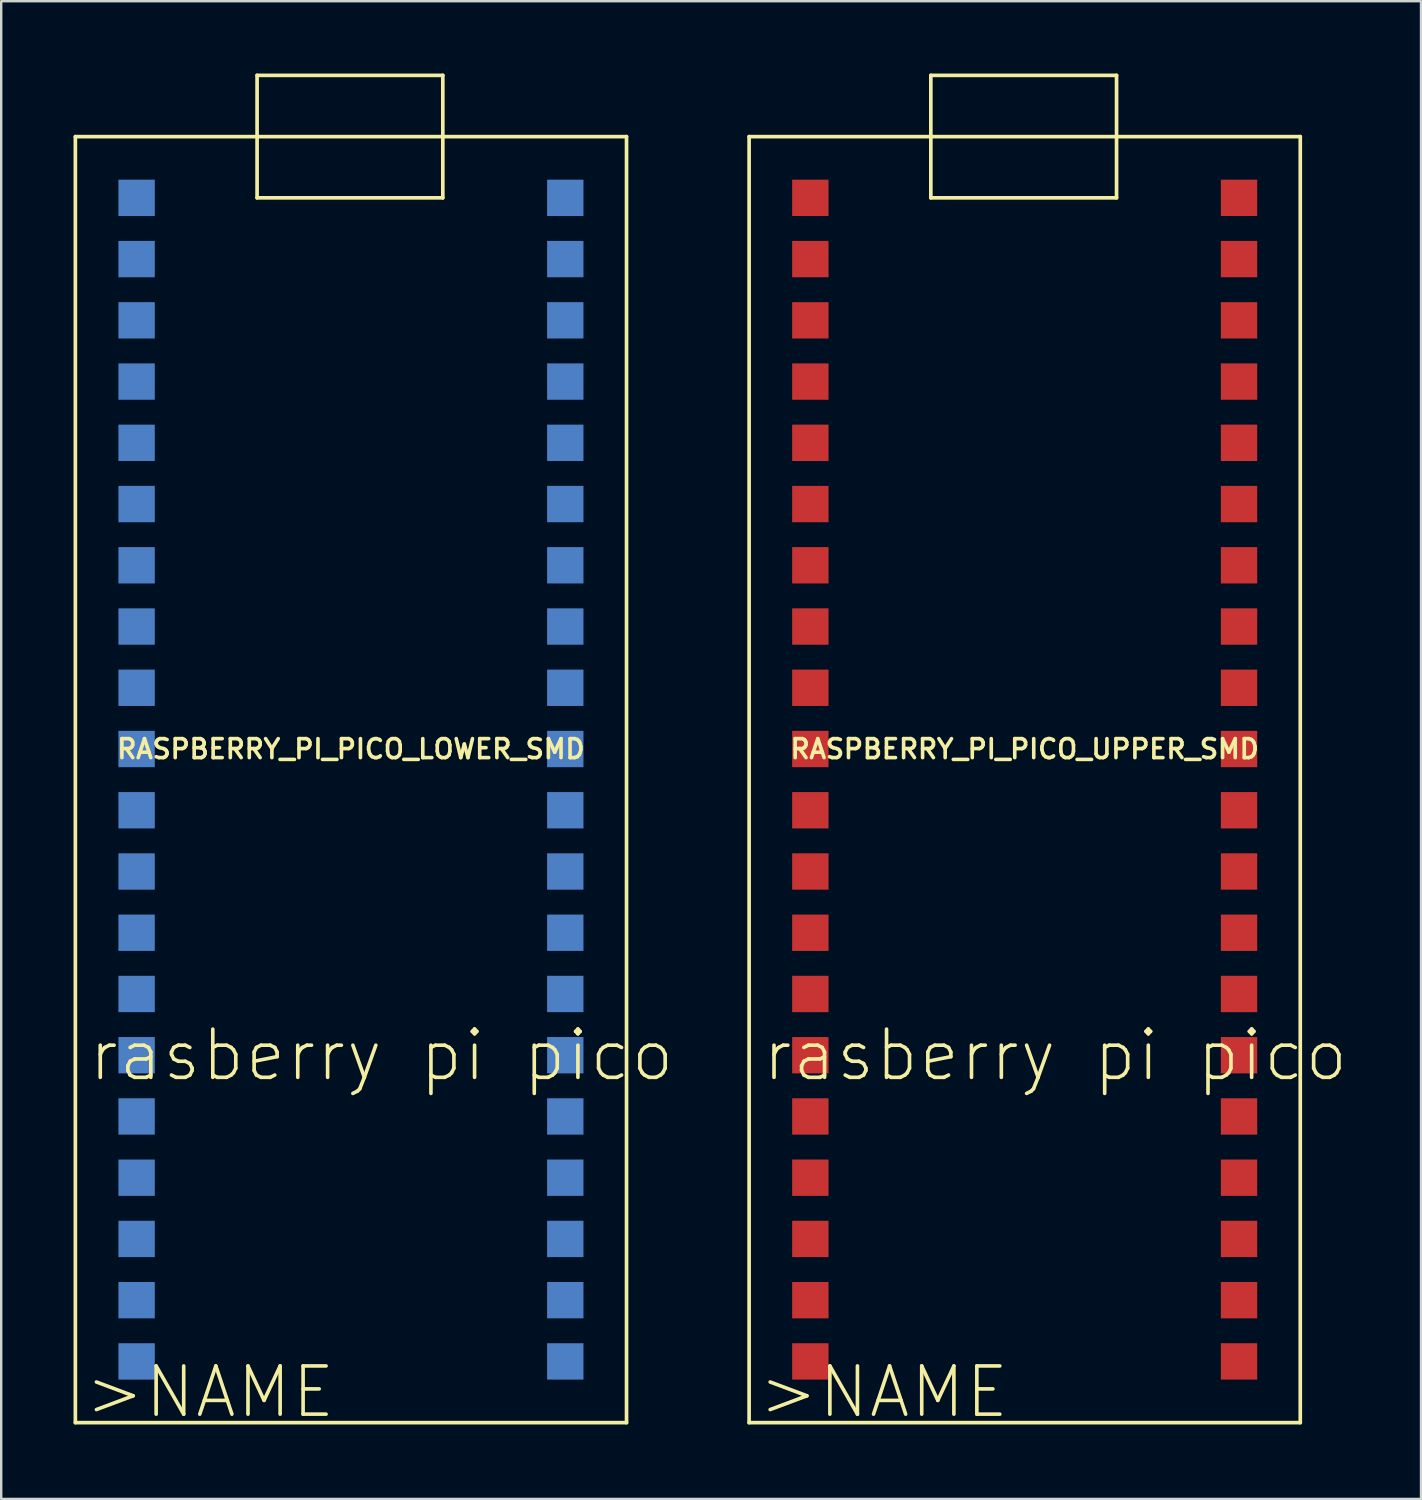
<source format=kicad_pcb>
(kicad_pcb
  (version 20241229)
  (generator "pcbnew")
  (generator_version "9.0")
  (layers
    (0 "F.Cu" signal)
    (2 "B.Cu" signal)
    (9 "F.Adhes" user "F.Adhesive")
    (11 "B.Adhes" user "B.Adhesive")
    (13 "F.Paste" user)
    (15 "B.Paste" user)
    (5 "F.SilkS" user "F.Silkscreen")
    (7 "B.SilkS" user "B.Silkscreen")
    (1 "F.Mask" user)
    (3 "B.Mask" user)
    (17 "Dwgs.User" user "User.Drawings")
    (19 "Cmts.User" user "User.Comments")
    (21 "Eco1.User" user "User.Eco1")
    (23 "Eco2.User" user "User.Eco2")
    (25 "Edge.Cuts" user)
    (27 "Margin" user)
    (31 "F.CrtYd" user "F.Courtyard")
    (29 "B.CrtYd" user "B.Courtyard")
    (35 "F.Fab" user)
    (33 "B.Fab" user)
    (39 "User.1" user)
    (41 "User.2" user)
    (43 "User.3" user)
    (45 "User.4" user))
  (footprint "RASPBERRY_PI_PICO_LOWER_SMD"
    (layer "F.Cu")
    (at 11.506 28.016)
    (property "Reference" "RASPBERRY_PI_PICO_LOWER_SMD" (at 0 0 0) (layer "F.SilkS") (effects (font (size 0.787 0.787) (thickness 0.15))))
    (attr through_hole)
    (fp_line (start -11.43 -25.4) (end -11.43 27.94) (stroke (width 0.152) (type solid)) (layer "F.SilkS"))
    (fp_line (start -11.43 27.94) (end 11.43 27.94) (stroke (width 0.152) (type solid)) (layer "F.SilkS"))
    (fp_line (start -3.893 -27.94) (end -3.893 -22.86) (stroke (width 0.152) (type solid)) (layer "F.SilkS"))
    (fp_line (start -3.893 -22.86) (end 3.81 -22.86) (stroke (width 0.152) (type solid)) (layer "F.SilkS"))
    (fp_line (start 3.81 -27.94) (end -3.893 -27.94) (stroke (width 0.152) (type solid)) (layer "F.SilkS"))
    (fp_line (start 3.81 -22.86) (end 3.81 -27.94) (stroke (width 0.152) (type solid)) (layer "F.SilkS"))
    (fp_line (start 11.43 -25.4) (end -11.43 -25.4) (stroke (width 0.152) (type solid)) (layer "F.SilkS"))
    (fp_line (start 11.43 27.94) (end 11.43 -25.4) (stroke (width 0.152) (type solid)) (layer "F.SilkS"))
    (fp_text user ">NAME " (at -5.08 26.67 0) (layer "F.SilkS") (effects (font (size 2 2) (thickness 0.15))))
    (fp_text user "rasberry pi pico" (at 1.27 12.7 0) (layer "F.SilkS") (effects (font (size 2 2) (thickness 0.15))))
    (pad "3V3" smd rect (at 8.89 -12.7) (size 1.508 1.508) (layers "B.Cu" "B.Mask" "B.Paste"))
    (pad "3V3_EN" smd rect (at 8.89 -15.24) (size 1.508 1.508) (layers "B.Cu" "B.Mask" "B.Paste"))
    (pad "ADC_VREF" smd rect (at 8.89 -10.16) (size 1.508 1.508) (layers "B.Cu" "B.Mask" "B.Paste"))
    (pad "AGND" smd rect (at 8.89 -5.08) (size 1.508 1.508) (layers "B.Cu" "B.Mask" "B.Paste"))
    (pad "GND" smd rect (at 8.89 -17.78) (size 1.508 1.508) (layers "B.Cu" "B.Mask" "B.Paste"))
    (pad "GND2" smd rect (at 8.89 7.62) (size 1.508 1.508) (layers "B.Cu" "B.Mask" "B.Paste"))
    (pad "GND3" smd rect (at 8.89 20.32) (size 1.508 1.508) (layers "B.Cu" "B.Mask" "B.Paste"))
    (pad "GND4" smd rect (at -8.89 -17.78) (size 1.508 1.508) (layers "B.Cu" "B.Mask" "B.Paste"))
    (pad "GND5" smd rect (at -8.89 -5.08) (size 1.508 1.508) (layers "B.Cu" "B.Mask" "B.Paste"))
    (pad "GND6" smd rect (at -8.89 7.62) (size 1.508 1.508) (layers "B.Cu" "B.Mask" "B.Paste"))
    (pad "GND7" smd rect (at -8.89 20.32) (size 1.508 1.508) (layers "B.Cu" "B.Mask" "B.Paste"))
    (pad "GP0" smd rect (at -8.89 -22.86) (size 1.508 1.508) (layers "B.Cu" "B.Mask" "B.Paste"))
    (pad "GP1" smd rect (at -8.89 -20.32) (size 1.508 1.508) (layers "B.Cu" "B.Mask" "B.Paste"))
    (pad "GP2" smd rect (at -8.89 -15.24) (size 1.508 1.508) (layers "B.Cu" "B.Mask" "B.Paste"))
    (pad "GP3" smd rect (at -8.89 -12.7) (size 1.508 1.508) (layers "B.Cu" "B.Mask" "B.Paste"))
    (pad "GP4" smd rect (at -8.89 -10.16) (size 1.508 1.508) (layers "B.Cu" "B.Mask"))
    (pad "GP5" smd rect (at -8.89 -7.62) (size 1.508 1.508) (layers "B.Cu" "B.Mask" "B.Paste"))
    (pad "GP6" smd rect (at -8.89 -2.54) (size 1.508 1.508) (layers "B.Cu" "B.Mask" "B.Paste"))
    (pad "GP7" smd rect (at -8.89 0) (size 1.508 1.508) (layers "B.Cu" "B.Mask" "B.Paste"))
    (pad "GP8" smd rect (at -8.89 2.54) (size 1.508 1.508) (layers "B.Cu" "B.Mask" "B.Paste"))
    (pad "GP9" smd rect (at -8.89 5.08) (size 1.508 1.508) (layers "B.Cu" "B.Mask" "B.Paste"))
    (pad "GP10" smd rect (at -8.89 10.16) (size 1.508 1.508) (layers "B.Cu" "B.Mask" "B.Paste"))
    (pad "GP11" smd rect (at -8.89 12.7) (size 1.508 1.508) (layers "B.Cu" "B.Mask" "B.Paste"))
    (pad "GP12" smd rect (at -8.89 15.24) (size 1.508 1.508) (layers "B.Cu" "B.Mask" "B.Paste"))
    (pad "GP13" smd rect (at -8.89 17.78) (size 1.508 1.508) (layers "B.Cu" "B.Mask" "B.Paste"))
    (pad "GP14" smd rect (at -8.89 22.86) (size 1.508 1.508) (layers "B.Cu" "B.Mask" "B.Paste"))
    (pad "GP15" smd rect (at -8.89 25.4) (size 1.508 1.508) (layers "B.Cu" "B.Mask" "B.Paste"))
    (pad "GP16" smd rect (at 8.89 25.4) (size 1.508 1.508) (layers "B.Cu" "B.Mask" "B.Paste"))
    (pad "GP17" smd rect (at 8.89 22.86) (size 1.508 1.508) (layers "B.Cu" "B.Mask" "B.Paste"))
    (pad "GP18" smd rect (at 8.89 17.78) (size 1.508 1.508) (layers "B.Cu" "B.Mask" "B.Paste"))
    (pad "GP19" smd rect (at 8.89 15.24) (size 1.508 1.508) (layers "B.Cu" "B.Mask" "B.Paste"))
    (pad "GP20" smd rect (at 8.89 12.7) (size 1.508 1.508) (layers "B.Cu" "B.Mask" "B.Paste"))
    (pad "GP21" smd rect (at 8.89 10.16) (size 1.508 1.508) (layers "B.Cu" "B.Mask" "B.Paste"))
    (pad "GP22" smd rect (at 8.89 5.08) (size 1.508 1.508) (layers "B.Cu" "B.Mask" "B.Paste"))
    (pad "GP26_A0" smd rect (at 8.89 0) (size 1.508 1.508) (layers "B.Cu" "B.Mask" "B.Paste"))
    (pad "GP27_A1" smd rect (at 8.89 -2.54) (size 1.508 1.508) (layers "B.Cu" "B.Mask" "B.Paste"))
    (pad "GP28_A2" smd rect (at 8.89 -7.62) (size 1.508 1.508) (layers "B.Cu" "B.Mask" "B.Paste"))
    (pad "RUN" smd rect (at 8.89 2.54) (size 1.508 1.508) (layers "B.Cu" "B.Mask" "B.Paste"))
    (pad "VBUS" smd rect (at 8.89 -22.86) (size 1.508 1.508) (layers "B.Cu" "B.Mask" "B.Paste"))
    (pad "VSYS" smd rect (at 8.89 -20.32) (size 1.508 1.508) (layers "B.Cu" "B.Mask" "B.Paste")))
  (footprint "RASPBERRY_PI_PICO_UPPER_SMD"
    (layer "F.Cu")
    (at 39.45 28.016)
    (property "Reference" "RASPBERRY_PI_PICO_UPPER_SMD" (at 0 0 0) (layer "F.SilkS") (effects (font (size 0.787 0.787) (thickness 0.15))))
    (attr through_hole)
    (fp_line (start -11.43 -25.4) (end -11.43 27.94) (stroke (width 0.152) (type solid)) (layer "F.SilkS"))
    (fp_line (start -11.43 27.94) (end 11.43 27.94) (stroke (width 0.152) (type solid)) (layer "F.SilkS"))
    (fp_line (start -3.893 -27.94) (end -3.893 -22.86) (stroke (width 0.152) (type solid)) (layer "F.SilkS"))
    (fp_line (start -3.893 -22.86) (end 3.81 -22.86) (stroke (width 0.152) (type solid)) (layer "F.SilkS"))
    (fp_line (start 3.81 -27.94) (end -3.893 -27.94) (stroke (width 0.152) (type solid)) (layer "F.SilkS"))
    (fp_line (start 3.81 -22.86) (end 3.81 -27.94) (stroke (width 0.152) (type solid)) (layer "F.SilkS"))
    (fp_line (start 11.43 -25.4) (end -11.43 -25.4) (stroke (width 0.152) (type solid)) (layer "F.SilkS"))
    (fp_line (start 11.43 27.94) (end 11.43 -25.4) (stroke (width 0.152) (type solid)) (layer "F.SilkS"))
    (fp_text user ">NAME " (at -5.08 26.67 0) (layer "F.SilkS") (effects (font (size 2 2) (thickness 0.15))))
    (fp_text user "rasberry pi pico" (at 1.27 12.7 0) (layer "F.SilkS") (effects (font (size 2 2) (thickness 0.15))))
    (pad "3V3" smd rect (at 8.89 -12.7) (size 1.508 1.508) (layers "F.Cu" "F.Mask" "F.Paste"))
    (pad "3V3_EN" smd rect (at 8.89 -15.24) (size 1.508 1.508) (layers "F.Cu" "F.Mask" "F.Paste"))
    (pad "ADC_VREF" smd rect (at 8.89 -10.16) (size 1.508 1.508) (layers "F.Cu" "F.Mask" "F.Paste"))
    (pad "AGND" smd rect (at 8.89 -5.08) (size 1.508 1.508) (layers "F.Cu" "F.Mask" "F.Paste"))
    (pad "GND" smd rect (at 8.89 -17.78) (size 1.508 1.508) (layers "F.Cu" "F.Mask" "F.Paste"))
    (pad "GND2" smd rect (at 8.89 7.62) (size 1.508 1.508) (layers "F.Cu" "F.Mask" "F.Paste"))
    (pad "GND3" smd rect (at 8.89 20.32) (size 1.508 1.508) (layers "F.Cu" "F.Mask" "F.Paste"))
    (pad "GND4" smd rect (at -8.89 -17.78) (size 1.508 1.508) (layers "F.Cu" "F.Mask" "F.Paste"))
    (pad "GND5" smd rect (at -8.89 -5.08) (size 1.508 1.508) (layers "F.Cu" "F.Mask" "F.Paste"))
    (pad "GND6" smd rect (at -8.89 7.62) (size 1.508 1.508) (layers "F.Cu" "F.Mask" "F.Paste"))
    (pad "GND7" smd rect (at -8.89 20.32) (size 1.508 1.508) (layers "F.Cu" "F.Mask" "F.Paste"))
    (pad "GP0" smd rect (at -8.89 -22.86) (size 1.508 1.508) (layers "F.Cu" "F.Mask" "F.Paste"))
    (pad "GP1" smd rect (at -8.89 -20.32) (size 1.508 1.508) (layers "F.Cu" "F.Mask" "F.Paste"))
    (pad "GP2" smd rect (at -8.89 -15.24) (size 1.508 1.508) (layers "F.Cu" "F.Mask" "F.Paste"))
    (pad "GP3" smd rect (at -8.89 -12.7) (size 1.508 1.508) (layers "F.Cu" "F.Mask" "F.Paste"))
    (pad "GP4" smd rect (at -8.89 -10.16) (size 1.508 1.508) (layers "F.Cu" "F.Mask" "F.Paste"))
    (pad "GP5" smd rect (at -8.89 -7.62) (size 1.508 1.508) (layers "F.Cu" "F.Mask" "F.Paste"))
    (pad "GP6" smd rect (at -8.89 -2.54) (size 1.508 1.508) (layers "F.Cu" "F.Mask" "F.Paste"))
    (pad "GP7" smd rect (at -8.89 0) (size 1.508 1.508) (layers "F.Cu" "F.Mask" "F.Paste"))
    (pad "GP8" smd rect (at -8.89 2.54) (size 1.508 1.508) (layers "F.Cu" "F.Mask" "F.Paste"))
    (pad "GP9" smd rect (at -8.89 5.08) (size 1.508 1.508) (layers "F.Cu" "F.Mask" "F.Paste"))
    (pad "GP10" smd rect (at -8.89 10.16) (size 1.508 1.508) (layers "F.Cu" "F.Mask" "F.Paste"))
    (pad "GP11" smd rect (at -8.89 12.7) (size 1.508 1.508) (layers "F.Cu" "F.Mask" "F.Paste"))
    (pad "GP12" smd rect (at -8.89 15.24) (size 1.508 1.508) (layers "F.Cu" "F.Mask" "F.Paste"))
    (pad "GP13" smd rect (at -8.89 17.78) (size 1.508 1.508) (layers "F.Cu" "F.Mask" "F.Paste"))
    (pad "GP14" smd rect (at -8.89 22.86) (size 1.508 1.508) (layers "F.Cu" "F.Mask" "F.Paste"))
    (pad "GP15" smd rect (at -8.89 25.4) (size 1.508 1.508) (layers "F.Cu" "F.Mask" "F.Paste"))
    (pad "GP16" smd rect (at 8.89 25.4) (size 1.508 1.508) (layers "F.Cu" "F.Mask" "F.Paste"))
    (pad "GP17" smd rect (at 8.89 22.86) (size 1.508 1.508) (layers "F.Cu" "F.Mask" "F.Paste"))
    (pad "GP18" smd rect (at 8.89 17.78) (size 1.508 1.508) (layers "F.Cu" "F.Mask" "F.Paste"))
    (pad "GP19" smd rect (at 8.89 15.24) (size 1.508 1.508) (layers "F.Cu" "F.Mask" "F.Paste"))
    (pad "GP20" smd rect (at 8.89 12.7) (size 1.508 1.508) (layers "F.Cu" "F.Mask" "F.Paste"))
    (pad "GP21" smd rect (at 8.89 10.16) (size 1.508 1.508) (layers "F.Cu" "F.Mask" "F.Paste"))
    (pad "GP22" smd rect (at 8.89 5.08) (size 1.508 1.508) (layers "F.Cu" "F.Mask" "F.Paste"))
    (pad "GP26_A0" smd rect (at 8.89 0) (size 1.508 1.508) (layers "F.Cu" "F.Mask" "F.Paste"))
    (pad "GP27_A1" smd rect (at 8.89 -2.54) (size 1.508 1.508) (layers "F.Cu" "F.Mask" "F.Paste"))
    (pad "GP28_A2" smd rect (at 8.89 -7.62) (size 1.508 1.508) (layers "F.Cu" "F.Mask" "F.Paste"))
    (pad "RUN" smd rect (at 8.89 2.54) (size 1.508 1.508) (layers "F.Cu" "F.Mask" "F.Paste"))
    (pad "VBUS" smd rect (at 8.89 -22.86) (size 1.508 1.508) (layers "F.Cu" "F.Mask" "F.Paste"))
    (pad "VSYS" smd rect (at 8.89 -20.32) (size 1.508 1.508) (layers "F.Cu" "F.Mask" "F.Paste")))
  (gr_rect
    (start -3 -3)
    (end 55.888 59.119)
    (stroke (width 0.1) (type default))
    (fill no)
    (layer "Edge.Cuts")))
</source>
